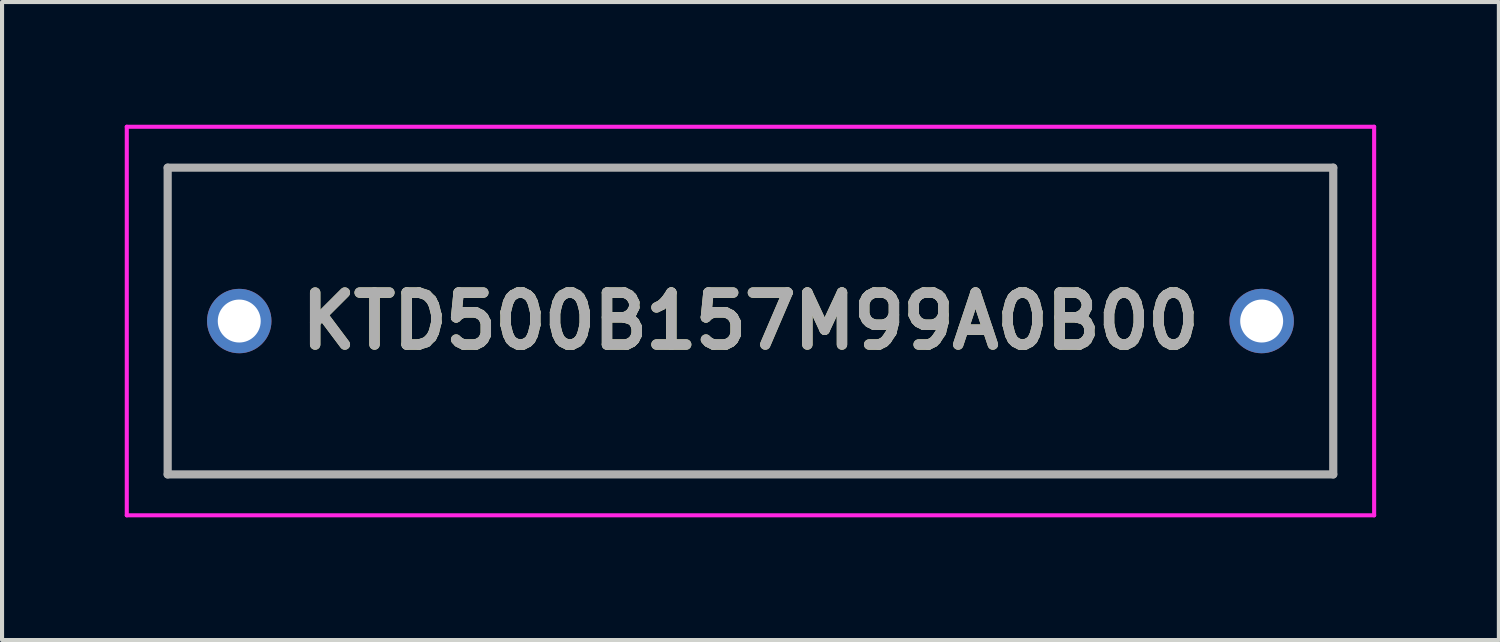
<source format=kicad_pcb>
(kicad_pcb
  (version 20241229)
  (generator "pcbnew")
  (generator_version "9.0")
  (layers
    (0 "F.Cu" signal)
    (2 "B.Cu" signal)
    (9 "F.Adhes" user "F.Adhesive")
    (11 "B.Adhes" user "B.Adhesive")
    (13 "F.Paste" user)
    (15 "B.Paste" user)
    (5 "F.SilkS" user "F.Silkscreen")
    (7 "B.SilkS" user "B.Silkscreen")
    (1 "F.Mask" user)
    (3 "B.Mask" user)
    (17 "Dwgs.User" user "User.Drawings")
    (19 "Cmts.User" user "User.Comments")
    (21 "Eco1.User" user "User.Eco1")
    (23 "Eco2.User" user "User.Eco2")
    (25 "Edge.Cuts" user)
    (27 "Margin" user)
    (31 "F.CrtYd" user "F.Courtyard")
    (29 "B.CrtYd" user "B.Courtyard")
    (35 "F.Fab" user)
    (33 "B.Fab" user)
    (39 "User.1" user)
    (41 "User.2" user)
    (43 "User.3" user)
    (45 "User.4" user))
  (footprint "KTD500B157M99A0B00"
    (layer "F.Cu")
    (at 2.8 4.8)
    (property "Reference" "KTD500B157M99A0B00" (at 12.5 0 0) (layer "F.SilkS") (effects (font (size 1.27 1.27) (thickness 0.254))))
    (attr through_hole)
    (fp_line (start -1.75 -3.75) (end 26.75 -3.75) (stroke (width 0.1) (type solid)) (layer "F.SilkS"))
    (fp_line (start -1.75 3.75) (end -1.75 -3.75) (stroke (width 0.1) (type solid)) (layer "F.SilkS"))
    (fp_line (start 26.75 -3.75) (end 26.75 3.75) (stroke (width 0.1) (type solid)) (layer "F.SilkS"))
    (fp_line (start 26.75 3.75) (end -1.75 3.75) (stroke (width 0.1) (type solid)) (layer "F.SilkS"))
    (fp_line (start -2.75 -4.75) (end 27.75 -4.75) (stroke (width 0.1) (type solid)) (layer "F.CrtYd"))
    (fp_line (start -2.75 4.75) (end -2.75 -4.75) (stroke (width 0.1) (type solid)) (layer "F.CrtYd"))
    (fp_line (start 27.75 -4.75) (end 27.75 4.75) (stroke (width 0.1) (type solid)) (layer "F.CrtYd"))
    (fp_line (start 27.75 4.75) (end -2.75 4.75) (stroke (width 0.1) (type solid)) (layer "F.CrtYd"))
    (fp_line (start -1.75 -3.75) (end 26.75 -3.75) (stroke (width 0.2) (type solid)) (layer "F.Fab"))
    (fp_line (start -1.75 3.75) (end -1.75 -3.75) (stroke (width 0.2) (type solid)) (layer "F.Fab"))
    (fp_line (start 26.75 -3.75) (end 26.75 3.75) (stroke (width 0.2) (type solid)) (layer "F.Fab"))
    (fp_line (start 26.75 3.75) (end -1.75 3.75) (stroke (width 0.2) (type solid)) (layer "F.Fab"))
    (fp_text user "${REFERENCE}" (at 12.5 0 0) (layer "F.Fab") (effects (font (size 1.27 1.27) (thickness 0.254))))
    (pad "1" thru_hole circle (at 0 0) (size 1.575 1.575) (drill 1.05) (layers "*.Cu" "*.Mask"))
    (pad "2" thru_hole circle (at 25 0) (size 1.575 1.575) (drill 1.05) (layers "*.Cu" "*.Mask")))
  (gr_rect
    (start -3 -3)
    (end 33.6 12.6)
    (stroke (width 0.1) (type default))
    (fill no)
    (layer "Edge.Cuts")))
</source>
